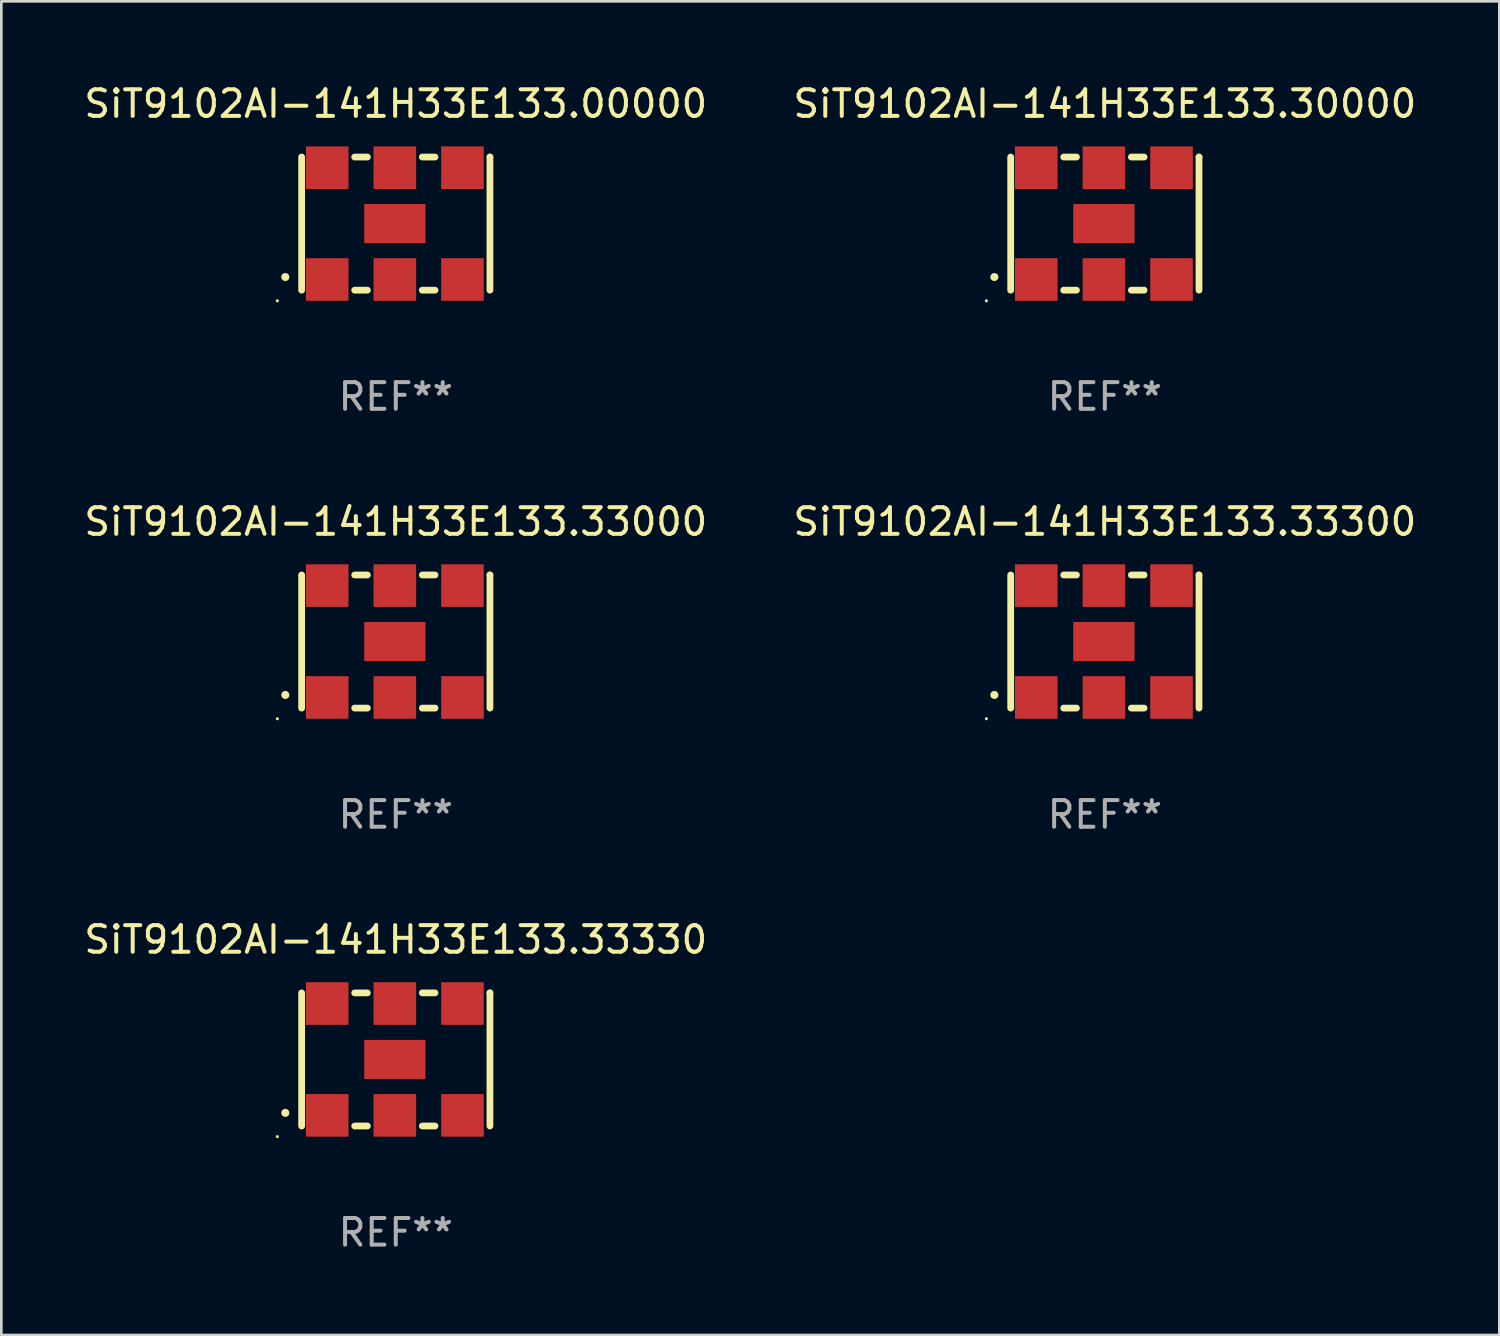
<source format=kicad_pcb>
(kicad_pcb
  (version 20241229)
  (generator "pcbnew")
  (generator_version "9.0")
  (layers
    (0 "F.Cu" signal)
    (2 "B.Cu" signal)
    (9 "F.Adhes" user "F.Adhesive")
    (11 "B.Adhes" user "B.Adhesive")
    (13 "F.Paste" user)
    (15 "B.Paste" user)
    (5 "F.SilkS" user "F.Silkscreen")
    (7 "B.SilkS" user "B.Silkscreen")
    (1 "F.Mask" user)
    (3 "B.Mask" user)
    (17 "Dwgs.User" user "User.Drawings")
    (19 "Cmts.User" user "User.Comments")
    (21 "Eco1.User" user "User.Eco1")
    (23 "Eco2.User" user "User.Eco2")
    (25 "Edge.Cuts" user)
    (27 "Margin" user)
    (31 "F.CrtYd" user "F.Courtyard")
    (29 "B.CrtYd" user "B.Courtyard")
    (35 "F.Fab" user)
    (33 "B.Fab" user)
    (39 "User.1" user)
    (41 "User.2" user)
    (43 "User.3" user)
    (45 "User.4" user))
  (footprint "SiT9102AI-141H33E133.33330"
    (layer "F.Cu")
    (at 11.815 36.741)
    (property "Reference" "SiT9102AI-141H33E133.33330" (at 0 -4.5 0) (layer "F.SilkS") (effects (font (size 1 1) (thickness 0.15))))
    (attr through_hole)
    (fp_line (start -3.536 -2.5) (end -3.536 2.5) (stroke (width 0.254) (type solid)) (layer "F.SilkS"))
    (fp_line (start -1.544 2.5) (end -1.067 2.5) (stroke (width 0.254) (type solid)) (layer "F.SilkS"))
    (fp_line (start -1.067 -2.5) (end -1.544 -2.5) (stroke (width 0.254) (type solid)) (layer "F.SilkS"))
    (fp_line (start 0.996 2.5) (end 1.473 2.5) (stroke (width 0.254) (type solid)) (layer "F.SilkS"))
    (fp_line (start 1.473 -2.5) (end 0.996 -2.5) (stroke (width 0.254) (type solid)) (layer "F.SilkS"))
    (fp_line (start 3.536 -2.5) (end 3.536 -2.5) (stroke (width 0.254) (type solid)) (layer "F.SilkS"))
    (fp_line (start 3.536 2.5) (end 3.536 -2.5) (stroke (width 0.254) (type solid)) (layer "F.SilkS"))
    (fp_arc (start -4.150432 2.006604) (mid -4.149162 2.006599) (end -4.147892 2.006604) (stroke (width 0.3) (type solid)) (layer "F.SilkS"))
    (fp_circle (center -4.449 2.9) (end -4.419 2.9) (stroke (width 0.06) (type solid)) (fill no) (layer "F.SilkS"))
    (fp_text user "REF**" (at 0 6.5 0) (layer "F.Fab") (effects (font (size 1 1) (thickness 0.15))))
    (pad "1" smd rect (at -2.576 2.1) (size 1.6 1.6) (layers "F.Cu" "F.Mask" "F.Paste"))
    (pad "2" smd rect (at -0.036 2.1) (size 1.6 1.6) (layers "F.Cu" "F.Mask" "F.Paste"))
    (pad "3" smd rect (at 2.504 2.1) (size 1.6 1.6) (layers "F.Cu" "F.Mask" "F.Paste"))
    (pad "4" smd rect (at 2.504 -2.1) (size 1.6 1.6) (layers "F.Cu" "F.Mask" "F.Paste"))
    (pad "5" smd rect (at -0.036 -2.1) (size 1.6 1.6) (layers "F.Cu" "F.Mask" "F.Paste"))
    (pad "6" smd rect (at -2.576 -2.1) (size 1.6 1.6) (layers "F.Cu" "F.Mask" "F.Paste"))
    (pad "7" smd rect (at -0.036 0) (size 2.3 1.47) (layers "F.Cu" "F.Mask" "F.Paste")))
  (footprint "SiT9102AI-141H33E133.00000"
    (layer "F.Cu")
    (at 11.815 5.348)
    (property "Reference" "SiT9102AI-141H33E133.00000" (at 0 -4.5 0) (layer "F.SilkS") (effects (font (size 1 1) (thickness 0.15))))
    (attr through_hole)
    (fp_line (start -3.536 -2.5) (end -3.536 2.5) (stroke (width 0.254) (type solid)) (layer "F.SilkS"))
    (fp_line (start -1.544 2.5) (end -1.067 2.5) (stroke (width 0.254) (type solid)) (layer "F.SilkS"))
    (fp_line (start -1.067 -2.5) (end -1.544 -2.5) (stroke (width 0.254) (type solid)) (layer "F.SilkS"))
    (fp_line (start 0.996 2.5) (end 1.473 2.5) (stroke (width 0.254) (type solid)) (layer "F.SilkS"))
    (fp_line (start 1.473 -2.5) (end 0.996 -2.5) (stroke (width 0.254) (type solid)) (layer "F.SilkS"))
    (fp_line (start 3.536 -2.5) (end 3.536 -2.5) (stroke (width 0.254) (type solid)) (layer "F.SilkS"))
    (fp_line (start 3.536 2.5) (end 3.536 -2.5) (stroke (width 0.254) (type solid)) (layer "F.SilkS"))
    (fp_arc (start -4.150432 2.006604) (mid -4.149162 2.006599) (end -4.147892 2.006604) (stroke (width 0.3) (type solid)) (layer "F.SilkS"))
    (fp_circle (center -4.449 2.9) (end -4.419 2.9) (stroke (width 0.06) (type solid)) (fill no) (layer "F.SilkS"))
    (fp_text user "REF**" (at 0 6.5 0) (layer "F.Fab") (effects (font (size 1 1) (thickness 0.15))))
    (pad "1" smd rect (at -2.576 2.1) (size 1.6 1.6) (layers "F.Cu" "F.Mask" "F.Paste"))
    (pad "2" smd rect (at -0.036 2.1) (size 1.6 1.6) (layers "F.Cu" "F.Mask" "F.Paste"))
    (pad "3" smd rect (at 2.504 2.1) (size 1.6 1.6) (layers "F.Cu" "F.Mask" "F.Paste"))
    (pad "4" smd rect (at 2.504 -2.1) (size 1.6 1.6) (layers "F.Cu" "F.Mask" "F.Paste"))
    (pad "5" smd rect (at -0.036 -2.1) (size 1.6 1.6) (layers "F.Cu" "F.Mask" "F.Paste"))
    (pad "6" smd rect (at -2.576 -2.1) (size 1.6 1.6) (layers "F.Cu" "F.Mask" "F.Paste"))
    (pad "7" smd rect (at -0.036 0) (size 2.3 1.47) (layers "F.Cu" "F.Mask" "F.Paste")))
  (footprint "SiT9102AI-141H33E133.33000"
    (layer "F.Cu")
    (at 11.815 21.045)
    (property "Reference" "SiT9102AI-141H33E133.33000" (at 0 -4.5 0) (layer "F.SilkS") (effects (font (size 1 1) (thickness 0.15))))
    (attr through_hole)
    (fp_line (start -3.536 -2.5) (end -3.536 2.5) (stroke (width 0.254) (type solid)) (layer "F.SilkS"))
    (fp_line (start -1.544 2.5) (end -1.067 2.5) (stroke (width 0.254) (type solid)) (layer "F.SilkS"))
    (fp_line (start -1.067 -2.5) (end -1.544 -2.5) (stroke (width 0.254) (type solid)) (layer "F.SilkS"))
    (fp_line (start 0.996 2.5) (end 1.473 2.5) (stroke (width 0.254) (type solid)) (layer "F.SilkS"))
    (fp_line (start 1.473 -2.5) (end 0.996 -2.5) (stroke (width 0.254) (type solid)) (layer "F.SilkS"))
    (fp_line (start 3.536 -2.5) (end 3.536 -2.5) (stroke (width 0.254) (type solid)) (layer "F.SilkS"))
    (fp_line (start 3.536 2.5) (end 3.536 -2.5) (stroke (width 0.254) (type solid)) (layer "F.SilkS"))
    (fp_arc (start -4.150432 2.006604) (mid -4.149162 2.006599) (end -4.147892 2.006604) (stroke (width 0.3) (type solid)) (layer "F.SilkS"))
    (fp_circle (center -4.449 2.9) (end -4.419 2.9) (stroke (width 0.06) (type solid)) (fill no) (layer "F.SilkS"))
    (fp_text user "REF**" (at 0 6.5 0) (layer "F.Fab") (effects (font (size 1 1) (thickness 0.15))))
    (pad "1" smd rect (at -2.576 2.1) (size 1.6 1.6) (layers "F.Cu" "F.Mask" "F.Paste"))
    (pad "2" smd rect (at -0.036 2.1) (size 1.6 1.6) (layers "F.Cu" "F.Mask" "F.Paste"))
    (pad "3" smd rect (at 2.504 2.1) (size 1.6 1.6) (layers "F.Cu" "F.Mask" "F.Paste"))
    (pad "4" smd rect (at 2.504 -2.1) (size 1.6 1.6) (layers "F.Cu" "F.Mask" "F.Paste"))
    (pad "5" smd rect (at -0.036 -2.1) (size 1.6 1.6) (layers "F.Cu" "F.Mask" "F.Paste"))
    (pad "6" smd rect (at -2.576 -2.1) (size 1.6 1.6) (layers "F.Cu" "F.Mask" "F.Paste"))
    (pad "7" smd rect (at -0.036 0) (size 2.3 1.47) (layers "F.Cu" "F.Mask" "F.Paste")))
  (footprint "SiT9102AI-141H33E133.30000"
    (layer "F.Cu")
    (at 38.446 5.348)
    (property "Reference" "SiT9102AI-141H33E133.30000" (at 0 -4.5 0) (layer "F.SilkS") (effects (font (size 1 1) (thickness 0.15))))
    (attr through_hole)
    (fp_line (start -3.536 -2.5) (end -3.536 2.5) (stroke (width 0.254) (type solid)) (layer "F.SilkS"))
    (fp_line (start -1.544 2.5) (end -1.067 2.5) (stroke (width 0.254) (type solid)) (layer "F.SilkS"))
    (fp_line (start -1.067 -2.5) (end -1.544 -2.5) (stroke (width 0.254) (type solid)) (layer "F.SilkS"))
    (fp_line (start 0.996 2.5) (end 1.473 2.5) (stroke (width 0.254) (type solid)) (layer "F.SilkS"))
    (fp_line (start 1.473 -2.5) (end 0.996 -2.5) (stroke (width 0.254) (type solid)) (layer "F.SilkS"))
    (fp_line (start 3.536 -2.5) (end 3.536 -2.5) (stroke (width 0.254) (type solid)) (layer "F.SilkS"))
    (fp_line (start 3.536 2.5) (end 3.536 -2.5) (stroke (width 0.254) (type solid)) (layer "F.SilkS"))
    (fp_arc (start -4.150432 2.006604) (mid -4.149162 2.006599) (end -4.147892 2.006604) (stroke (width 0.3) (type solid)) (layer "F.SilkS"))
    (fp_circle (center -4.449 2.9) (end -4.419 2.9) (stroke (width 0.06) (type solid)) (fill no) (layer "F.SilkS"))
    (fp_text user "REF**" (at 0 6.5 0) (layer "F.Fab") (effects (font (size 1 1) (thickness 0.15))))
    (pad "1" smd rect (at -2.576 2.1) (size 1.6 1.6) (layers "F.Cu" "F.Mask" "F.Paste"))
    (pad "2" smd rect (at -0.036 2.1) (size 1.6 1.6) (layers "F.Cu" "F.Mask" "F.Paste"))
    (pad "3" smd rect (at 2.504 2.1) (size 1.6 1.6) (layers "F.Cu" "F.Mask" "F.Paste"))
    (pad "4" smd rect (at 2.504 -2.1) (size 1.6 1.6) (layers "F.Cu" "F.Mask" "F.Paste"))
    (pad "5" smd rect (at -0.036 -2.1) (size 1.6 1.6) (layers "F.Cu" "F.Mask" "F.Paste"))
    (pad "6" smd rect (at -2.576 -2.1) (size 1.6 1.6) (layers "F.Cu" "F.Mask" "F.Paste"))
    (pad "7" smd rect (at -0.036 0) (size 2.3 1.47) (layers "F.Cu" "F.Mask" "F.Paste")))
  (footprint "SiT9102AI-141H33E133.33300"
    (layer "F.Cu")
    (at 38.446 21.045)
    (property "Reference" "SiT9102AI-141H33E133.33300" (at 0 -4.5 0) (layer "F.SilkS") (effects (font (size 1 1) (thickness 0.15))))
    (attr through_hole)
    (fp_line (start -3.536 -2.5) (end -3.536 2.5) (stroke (width 0.254) (type solid)) (layer "F.SilkS"))
    (fp_line (start -1.544 2.5) (end -1.067 2.5) (stroke (width 0.254) (type solid)) (layer "F.SilkS"))
    (fp_line (start -1.067 -2.5) (end -1.544 -2.5) (stroke (width 0.254) (type solid)) (layer "F.SilkS"))
    (fp_line (start 0.996 2.5) (end 1.473 2.5) (stroke (width 0.254) (type solid)) (layer "F.SilkS"))
    (fp_line (start 1.473 -2.5) (end 0.996 -2.5) (stroke (width 0.254) (type solid)) (layer "F.SilkS"))
    (fp_line (start 3.536 -2.5) (end 3.536 -2.5) (stroke (width 0.254) (type solid)) (layer "F.SilkS"))
    (fp_line (start 3.536 2.5) (end 3.536 -2.5) (stroke (width 0.254) (type solid)) (layer "F.SilkS"))
    (fp_arc (start -4.150432 2.006604) (mid -4.149162 2.006599) (end -4.147892 2.006604) (stroke (width 0.3) (type solid)) (layer "F.SilkS"))
    (fp_circle (center -4.449 2.9) (end -4.419 2.9) (stroke (width 0.06) (type solid)) (fill no) (layer "F.SilkS"))
    (fp_text user "REF**" (at 0 6.5 0) (layer "F.Fab") (effects (font (size 1 1) (thickness 0.15))))
    (pad "1" smd rect (at -2.576 2.1) (size 1.6 1.6) (layers "F.Cu" "F.Mask" "F.Paste"))
    (pad "2" smd rect (at -0.036 2.1) (size 1.6 1.6) (layers "F.Cu" "F.Mask" "F.Paste"))
    (pad "3" smd rect (at 2.504 2.1) (size 1.6 1.6) (layers "F.Cu" "F.Mask" "F.Paste"))
    (pad "4" smd rect (at 2.504 -2.1) (size 1.6 1.6) (layers "F.Cu" "F.Mask" "F.Paste"))
    (pad "5" smd rect (at -0.036 -2.1) (size 1.6 1.6) (layers "F.Cu" "F.Mask" "F.Paste"))
    (pad "6" smd rect (at -2.576 -2.1) (size 1.6 1.6) (layers "F.Cu" "F.Mask" "F.Paste"))
    (pad "7" smd rect (at -0.036 0) (size 2.3 1.47) (layers "F.Cu" "F.Mask" "F.Paste")))
  (gr_rect
    (start -3 -3)
    (end 53.262 47.09)
    (stroke (width 0.1) (type default))
    (fill no)
    (layer "Edge.Cuts")))
</source>
